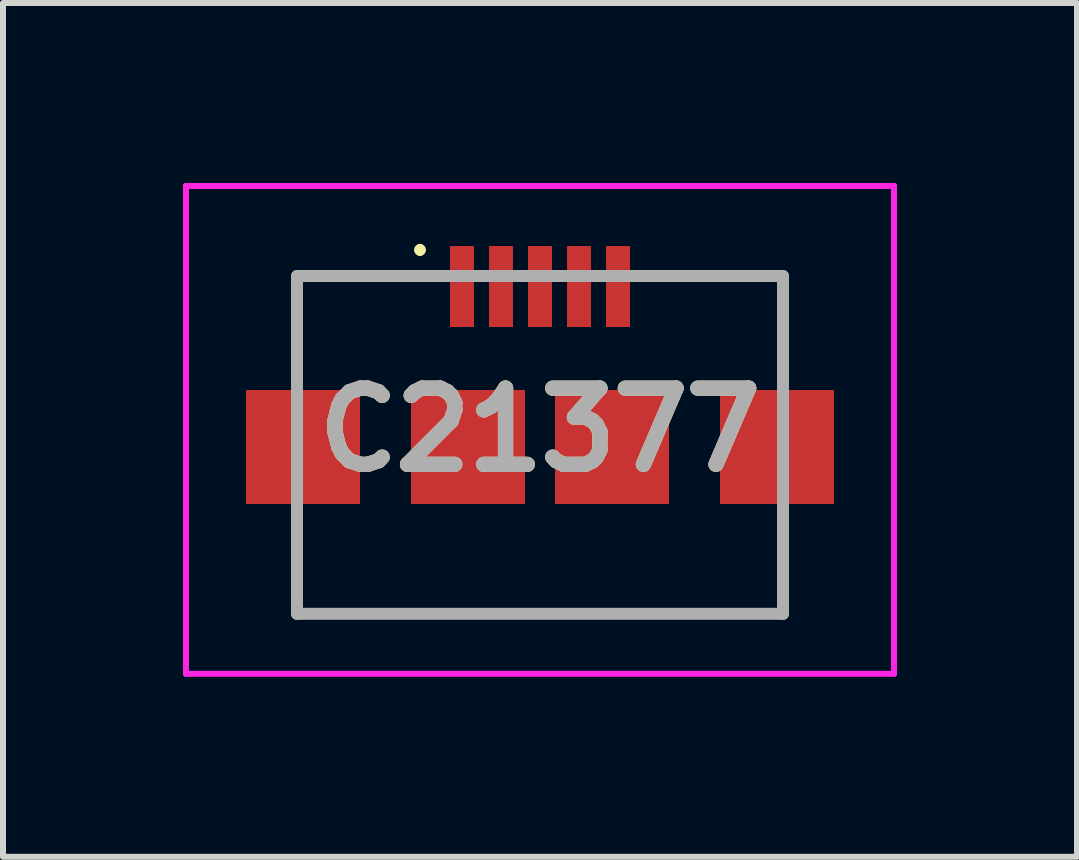
<source format=kicad_pcb>
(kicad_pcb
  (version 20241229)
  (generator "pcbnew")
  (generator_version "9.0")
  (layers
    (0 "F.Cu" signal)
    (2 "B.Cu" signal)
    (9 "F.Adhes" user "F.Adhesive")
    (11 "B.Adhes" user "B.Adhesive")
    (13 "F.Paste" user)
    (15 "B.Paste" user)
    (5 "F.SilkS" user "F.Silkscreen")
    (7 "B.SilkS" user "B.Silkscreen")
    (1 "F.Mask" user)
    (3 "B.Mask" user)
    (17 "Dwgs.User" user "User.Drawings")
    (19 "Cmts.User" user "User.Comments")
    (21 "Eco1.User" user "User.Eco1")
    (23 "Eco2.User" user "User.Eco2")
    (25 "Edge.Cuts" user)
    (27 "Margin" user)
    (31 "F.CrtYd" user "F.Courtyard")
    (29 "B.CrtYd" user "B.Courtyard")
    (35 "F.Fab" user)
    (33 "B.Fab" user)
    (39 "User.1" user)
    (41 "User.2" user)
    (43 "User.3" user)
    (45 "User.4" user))
  (footprint "C21377"
    (layer "F.Cu")
    (at 5.95 4.365)
    (property "Reference" "C21377" (at 0 -0.25 0) (layer "F.SilkS") (effects (font (size 1.27 1.27) (thickness 0.254))))
    (attr through_hole)
    (fp_line (start -4.05 -2.8) (end -4.05 -1.2) (stroke (width 0.1) (type solid)) (layer "F.SilkS"))
    (fp_line (start -4.05 1.2) (end -4.05 2.815) (stroke (width 0.1) (type solid)) (layer "F.SilkS"))
    (fp_line (start -4.05 2.815) (end 4 2.815) (stroke (width 0.1) (type solid)) (layer "F.SilkS"))
    (fp_line (start -2 -3.3) (end -2 -3.3) (stroke (width 0.1) (type solid)) (layer "F.SilkS"))
    (fp_line (start -2 -3.2) (end -2 -3.2) (stroke (width 0.1) (type solid)) (layer "F.SilkS"))
    (fp_line (start -1.8 -2.8) (end -4.05 -2.8) (stroke (width 0.1) (type solid)) (layer "F.SilkS"))
    (fp_line (start 1.8 -2.815) (end 4.05 -2.815) (stroke (width 0.1) (type solid)) (layer "F.SilkS"))
    (fp_line (start 4 2.815) (end 4.05 2.8) (stroke (width 0.1) (type solid)) (layer "F.SilkS"))
    (fp_line (start 4.05 -2.815) (end 4.05 -1.2) (stroke (width 0.1) (type solid)) (layer "F.SilkS"))
    (fp_line (start 4.05 2.8) (end 4.05 1.2) (stroke (width 0.1) (type solid)) (layer "F.SilkS"))
    (fp_arc (start -2 -3.3) (mid -1.95 -3.25) (end -2 -3.2) (stroke (width 0.1) (type solid)) (layer "F.SilkS"))
    (fp_arc (start -2 -3.2) (mid -2.05 -3.25) (end -2 -3.3) (stroke (width 0.1) (type solid)) (layer "F.SilkS"))
    (fp_line (start -5.9 -4.315) (end 5.9 -4.315) (stroke (width 0.1) (type solid)) (layer "F.CrtYd"))
    (fp_line (start -5.9 3.815) (end -5.9 -4.315) (stroke (width 0.1) (type solid)) (layer "F.CrtYd"))
    (fp_line (start 5.9 -4.315) (end 5.9 3.815) (stroke (width 0.1) (type solid)) (layer "F.CrtYd"))
    (fp_line (start 5.9 3.815) (end -5.9 3.815) (stroke (width 0.1) (type solid)) (layer "F.CrtYd"))
    (fp_line (start -4.05 -2.815) (end 4.05 -2.815) (stroke (width 0.2) (type solid)) (layer "F.Fab"))
    (fp_line (start -4.05 2.815) (end -4.05 -2.815) (stroke (width 0.2) (type solid)) (layer "F.Fab"))
    (fp_line (start 4.05 -2.815) (end 4.05 2.815) (stroke (width 0.2) (type solid)) (layer "F.Fab"))
    (fp_line (start 4.05 2.815) (end -4.05 2.815) (stroke (width 0.2) (type solid)) (layer "F.Fab"))
    (fp_text user "${REFERENCE}" (at 0 -0.25 0) (layer "F.Fab") (effects (font (size 1.27 1.27) (thickness 0.254))))
    (pad "" np_thru_hole circle (at -2 -2.115) (size 0.001 0.001) (drill 0.55) (layers "*.Cu" "*.Mask"))
    (pad "" np_thru_hole circle (at 2 -2.115) (size 0.001 0.001) (drill 0.55) (layers "*.Cu" "*.Mask"))
    (pad "1" smd rect (at -1.3 -2.64) (size 0.4 1.35) (layers "F.Cu" "F.Mask" "F.Paste"))
    (pad "2" smd rect (at -0.65 -2.64) (size 0.4 1.35) (layers "F.Cu" "F.Mask" "F.Paste"))
    (pad "3" smd rect (at 0 -2.64) (size 0.4 1.35) (layers "F.Cu" "F.Mask" "F.Paste"))
    (pad "4" smd rect (at 0.65 -2.64) (size 0.4 1.35) (layers "F.Cu" "F.Mask" "F.Paste"))
    (pad "5" smd rect (at 1.3 -2.64) (size 0.4 1.35) (layers "F.Cu" "F.Mask" "F.Paste"))
    (pad "MP1" smd rect (at -3.95 0.035) (size 1.9 1.9) (layers "F.Cu" "F.Mask" "F.Paste"))
    (pad "MP2" smd rect (at -1.2 0.035) (size 1.9 1.9) (layers "F.Cu" "F.Mask" "F.Paste"))
    (pad "MP3" smd rect (at 1.2 0.035) (size 1.9 1.9) (layers "F.Cu" "F.Mask" "F.Paste"))
    (pad "MP4" smd rect (at 3.95 0.035) (size 1.9 1.9) (layers "F.Cu" "F.Mask" "F.Paste")))
  (gr_rect
    (start -3 -3)
    (end 14.9 11.23)
    (stroke (width 0.1) (type default))
    (fill no)
    (layer "Edge.Cuts")))
</source>
